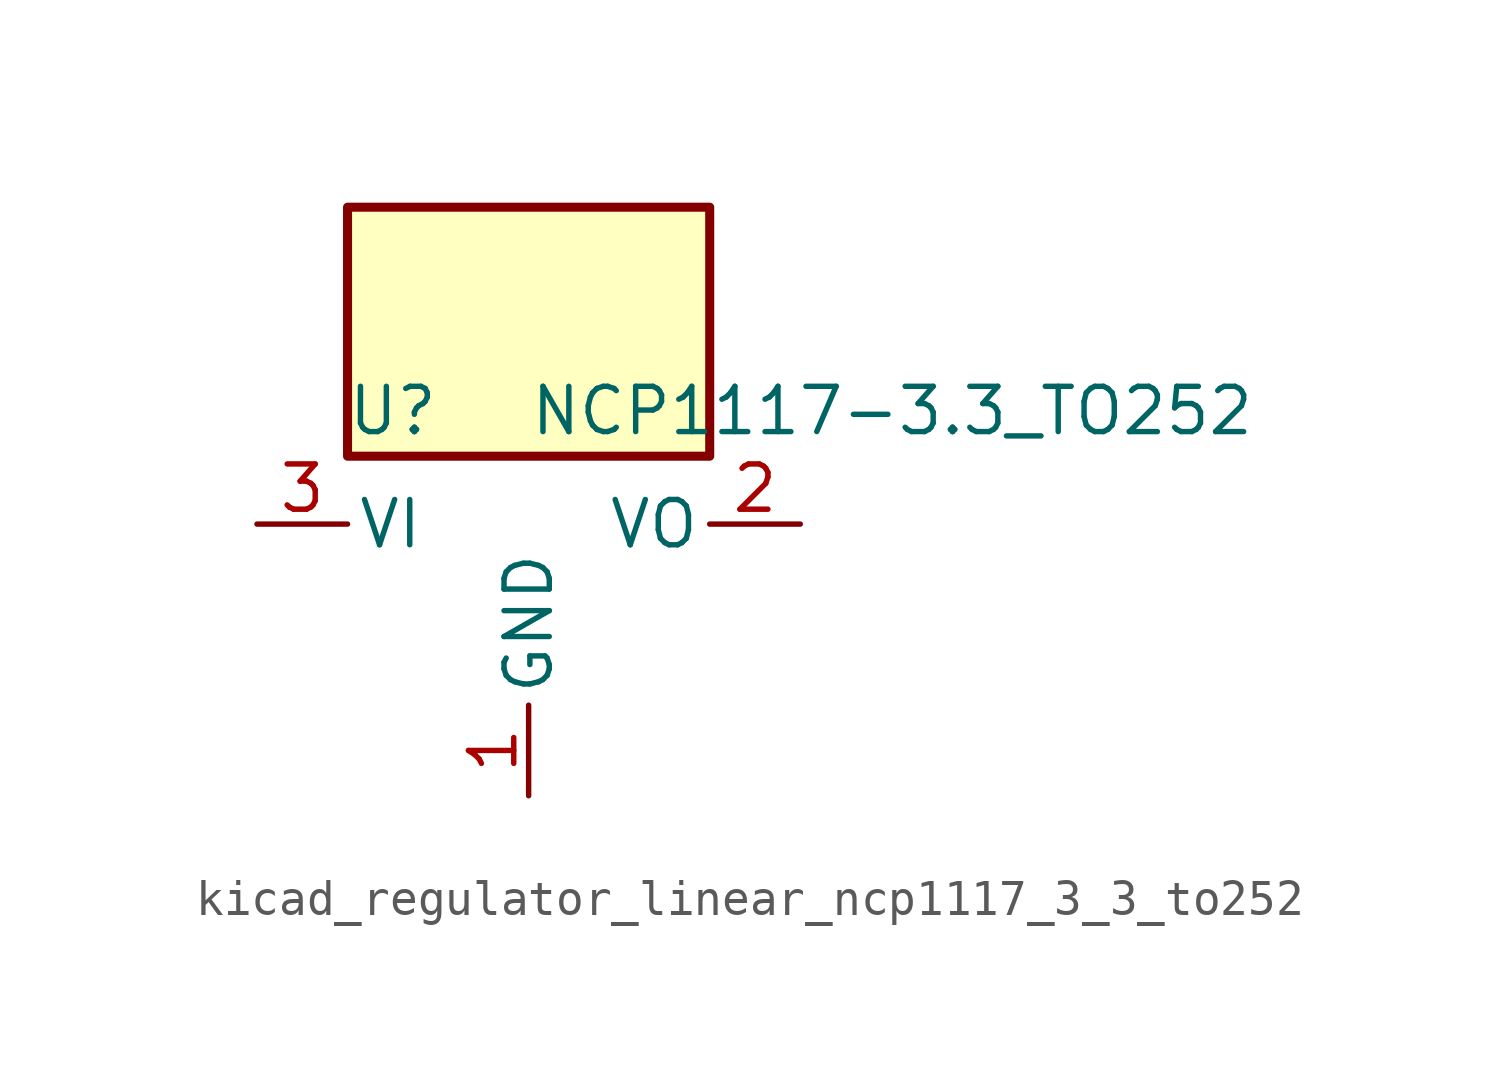
<source format=kicad_sym>
(kicad_symbol_lib
  (version 20220914)
  (generator kicad_symbol_editor)
  (symbol "kicad_regulator_linear_ncp1117_3_3_to252"
    (pin_names
      (offset 0.254))
    (property "Reference" "U"
      (at -3.81 3.175 0)
      (effects (font (size 1.27 1.27))))
    (property "Value" "NCP1117-3.3_TO252"
      (at 0 3.175 0)
      (effects (font (size 1.27 1.27)) (justify left)))
    (symbol "kicad_regulator_linear_ncp1117_3_3_to252_0_1"
      (rectangle (start 5.08 8.89) (end -5.08 1.905) (stroke (width 0.254) (type default)) (fill (type background))))
    (symbol "kicad_regulator_linear_ncp1117_3_3_to252_1_1"
      (pin power_in line (at 0 -7.62 90) (length 2.54) (name "GND" (effects (font (size 1.27 1.27)))) (number "1" (effects (font (size 1.27 1.27)))))
      (pin power_out line (at 7.62 0 180) (length 2.54) (name "VO" (effects (font (size 1.27 1.27)))) (number "2" (effects (font (size 1.27 1.27)))))
      (pin power_in line (at -7.62 0 0) (length 2.54) (name "VI" (effects (font (size 1.27 1.27)))) (number "3" (effects (font (size 1.27 1.27))))))))
</source>
